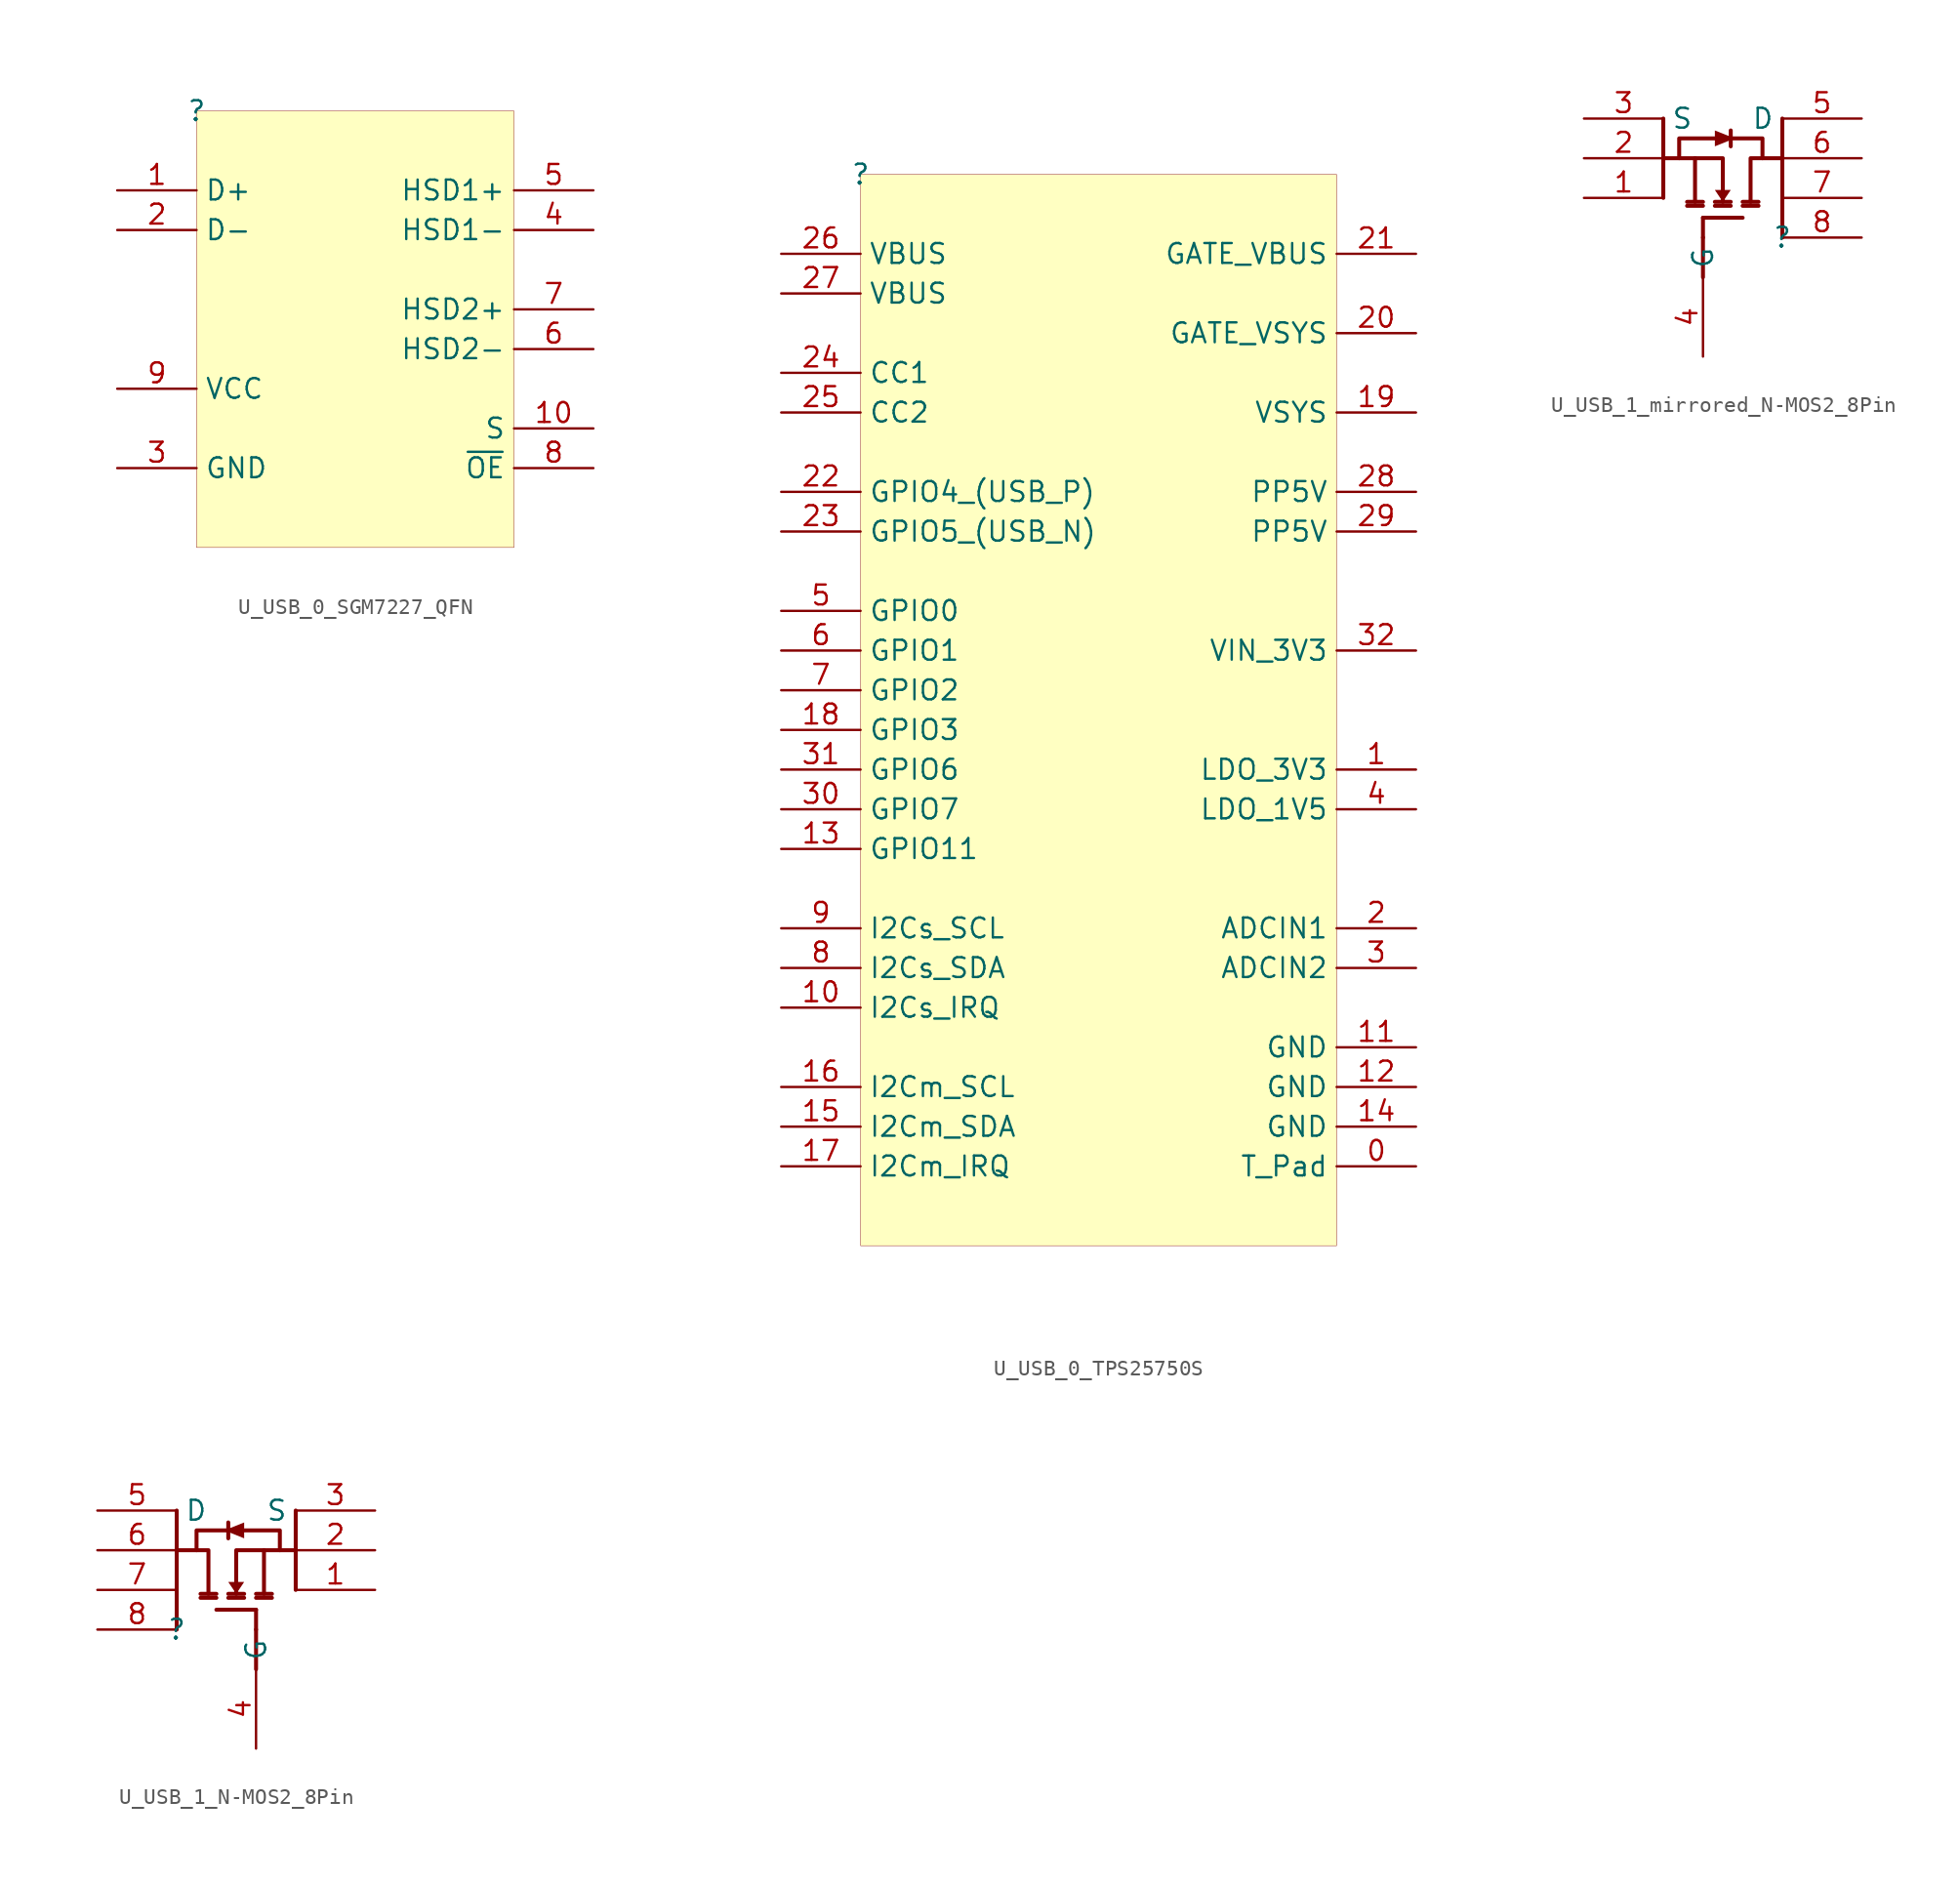
<source format=kicad_sym>
(kicad_symbol_lib
  (version 20231120)
  (generator "kicad_symbol_editor")
  (generator_version "8.0")
  (symbol "U_USB_0_SGM7227_QFN"
    (property "Reference" ""
      (at 0 0 0)
      (effects (font (size 1.27 1.27))))
    (property "Value" ""
      (at 0 0 0)
      (effects (font (size 1.27 1.27))))
    (symbol "U_USB_0_SGM7227_QFN_1_0"
      (rectangle (start 20.32 0) (end 0 -27.94) (stroke (width 0.025) (type solid) (color 128 0 0 1)) (fill (type background)))
      (pin passive line (at -5.08 -5.08 0) (length 5.08) (name "D+" (effects (font (size 1.27 1.27)))) (number "1" (effects (font (size 1.27 1.27)))))
      (pin passive line (at 25.4 -20.32 180) (length 5.08) (name "S" (effects (font (size 1.27 1.27)))) (number "10" (effects (font (size 1.27 1.27)))))
      (pin passive line (at -5.08 -7.62 0) (length 5.08) (name "D-" (effects (font (size 1.27 1.27)))) (number "2" (effects (font (size 1.27 1.27)))))
      (pin passive line (at -5.08 -22.86 0) (length 5.08) (name "GND" (effects (font (size 1.27 1.27)))) (number "3" (effects (font (size 1.27 1.27)))))
      (pin passive line (at 25.4 -7.62 180) (length 5.08) (name "HSD1-" (effects (font (size 1.27 1.27)))) (number "4" (effects (font (size 1.27 1.27)))))
      (pin passive line (at 25.4 -5.08 180) (length 5.08) (name "HSD1+" (effects (font (size 1.27 1.27)))) (number "5" (effects (font (size 1.27 1.27)))))
      (pin passive line (at 25.4 -15.24 180) (length 5.08) (name "HSD2-" (effects (font (size 1.27 1.27)))) (number "6" (effects (font (size 1.27 1.27)))))
      (pin passive line (at 25.4 -12.7 180) (length 5.08) (name "HSD2+" (effects (font (size 1.27 1.27)))) (number "7" (effects (font (size 1.27 1.27)))))
      (pin passive line (at 25.4 -22.86 180) (length 5.08) (name "~{OE}" (effects (font (size 1.27 1.27)))) (number "8" (effects (font (size 1.27 1.27)))))
      (pin passive line (at -5.08 -17.78 0) (length 5.08) (name "VCC" (effects (font (size 1.27 1.27)))) (number "9" (effects (font (size 1.27 1.27)))))))
  (symbol "U_USB_0_TPS25750S"
    (property "Reference" ""
      (at 0 0 0)
      (effects (font (size 1.27 1.27))))
    (property "Value" ""
      (at 0 0 0)
      (effects (font (size 1.27 1.27))))
    (symbol "U_USB_0_TPS25750S_1_0"
      (rectangle (start 30.48 0) (end 0 -68.58) (stroke (width 0.025) (type solid) (color 128 0 0 1)) (fill (type background)))
      (pin passive line (at 35.56 -63.5 180) (length 5.08) (name "T_Pad" (effects (font (size 1.27 1.27)))) (number "0" (effects (font (size 1.27 1.27)))))
      (pin passive line (at 35.56 -38.1 180) (length 5.08) (name "LDO_3V3" (effects (font (size 1.27 1.27)))) (number "1" (effects (font (size 1.27 1.27)))))
      (pin passive line (at -5.08 -53.34 0) (length 5.08) (name "I2Cs_IRQ" (effects (font (size 1.27 1.27)))) (number "10" (effects (font (size 1.27 1.27)))))
      (pin passive line (at 35.56 -55.88 180) (length 5.08) (name "GND" (effects (font (size 1.27 1.27)))) (number "11" (effects (font (size 1.27 1.27)))))
      (pin passive line (at 35.56 -58.42 180) (length 5.08) (name "GND" (effects (font (size 1.27 1.27)))) (number "12" (effects (font (size 1.27 1.27)))))
      (pin passive line (at -5.08 -43.18 0) (length 5.08) (name "GPIO11" (effects (font (size 1.27 1.27)))) (number "13" (effects (font (size 1.27 1.27)))))
      (pin passive line (at 35.56 -60.96 180) (length 5.08) (name "GND" (effects (font (size 1.27 1.27)))) (number "14" (effects (font (size 1.27 1.27)))))
      (pin passive line (at -5.08 -60.96 0) (length 5.08) (name "I2Cm_SDA" (effects (font (size 1.27 1.27)))) (number "15" (effects (font (size 1.27 1.27)))))
      (pin passive line (at -5.08 -58.42 0) (length 5.08) (name "I2Cm_SCL" (effects (font (size 1.27 1.27)))) (number "16" (effects (font (size 1.27 1.27)))))
      (pin passive line (at -5.08 -63.5 0) (length 5.08) (name "I2Cm_IRQ" (effects (font (size 1.27 1.27)))) (number "17" (effects (font (size 1.27 1.27)))))
      (pin passive line (at -5.08 -35.56 0) (length 5.08) (name "GPIO3" (effects (font (size 1.27 1.27)))) (number "18" (effects (font (size 1.27 1.27)))))
      (pin passive line (at 35.56 -15.24 180) (length 5.08) (name "VSYS" (effects (font (size 1.27 1.27)))) (number "19" (effects (font (size 1.27 1.27)))))
      (pin passive line (at 35.56 -48.26 180) (length 5.08) (name "ADCIN1" (effects (font (size 1.27 1.27)))) (number "2" (effects (font (size 1.27 1.27)))))
      (pin passive line (at 35.56 -10.16 180) (length 5.08) (name "GATE_VSYS" (effects (font (size 1.27 1.27)))) (number "20" (effects (font (size 1.27 1.27)))))
      (pin passive line (at 35.56 -5.08 180) (length 5.08) (name "GATE_VBUS" (effects (font (size 1.27 1.27)))) (number "21" (effects (font (size 1.27 1.27)))))
      (pin passive line (at -5.08 -20.32 0) (length 5.08) (name "GPIO4_(USB_P)" (effects (font (size 1.27 1.27)))) (number "22" (effects (font (size 1.27 1.27)))))
      (pin passive line (at -5.08 -22.86 0) (length 5.08) (name "GPIO5_(USB_N)" (effects (font (size 1.27 1.27)))) (number "23" (effects (font (size 1.27 1.27)))))
      (pin passive line (at -5.08 -12.7 0) (length 5.08) (name "CC1" (effects (font (size 1.27 1.27)))) (number "24" (effects (font (size 1.27 1.27)))))
      (pin passive line (at -5.08 -15.24 0) (length 5.08) (name "CC2" (effects (font (size 1.27 1.27)))) (number "25" (effects (font (size 1.27 1.27)))))
      (pin passive line (at -5.08 -5.08 0) (length 5.08) (name "VBUS" (effects (font (size 1.27 1.27)))) (number "26" (effects (font (size 1.27 1.27)))))
      (pin passive line (at -5.08 -7.62 0) (length 5.08) (name "VBUS" (effects (font (size 1.27 1.27)))) (number "27" (effects (font (size 1.27 1.27)))))
      (pin passive line (at 35.56 -20.32 180) (length 5.08) (name "PP5V" (effects (font (size 1.27 1.27)))) (number "28" (effects (font (size 1.27 1.27)))))
      (pin passive line (at 35.56 -22.86 180) (length 5.08) (name "PP5V" (effects (font (size 1.27 1.27)))) (number "29" (effects (font (size 1.27 1.27)))))
      (pin passive line (at 35.56 -50.8 180) (length 5.08) (name "ADCIN2" (effects (font (size 1.27 1.27)))) (number "3" (effects (font (size 1.27 1.27)))))
      (pin passive line (at -5.08 -40.64 0) (length 5.08) (name "GPIO7" (effects (font (size 1.27 1.27)))) (number "30" (effects (font (size 1.27 1.27)))))
      (pin passive line (at -5.08 -38.1 0) (length 5.08) (name "GPIO6" (effects (font (size 1.27 1.27)))) (number "31" (effects (font (size 1.27 1.27)))))
      (pin passive line (at 35.56 -30.48 180) (length 5.08) (name "VIN_3V3" (effects (font (size 1.27 1.27)))) (number "32" (effects (font (size 1.27 1.27)))))
      (pin passive line (at 35.56 -40.64 180) (length 5.08) (name "LDO_1V5" (effects (font (size 1.27 1.27)))) (number "4" (effects (font (size 1.27 1.27)))))
      (pin passive line (at -5.08 -27.94 0) (length 5.08) (name "GPIO0" (effects (font (size 1.27 1.27)))) (number "5" (effects (font (size 1.27 1.27)))))
      (pin passive line (at -5.08 -30.48 0) (length 5.08) (name "GPIO1" (effects (font (size 1.27 1.27)))) (number "6" (effects (font (size 1.27 1.27)))))
      (pin passive line (at -5.08 -33.02 0) (length 5.08) (name "GPIO2" (effects (font (size 1.27 1.27)))) (number "7" (effects (font (size 1.27 1.27)))))
      (pin passive line (at -5.08 -50.8 0) (length 5.08) (name "I2Cs_SDA" (effects (font (size 1.27 1.27)))) (number "8" (effects (font (size 1.27 1.27)))))
      (pin passive line (at -5.08 -48.26 0) (length 5.08) (name "I2Cs_SCL" (effects (font (size 1.27 1.27)))) (number "9" (effects (font (size 1.27 1.27)))))))
  (symbol "U_USB_1_mirrored_N-MOS2_8Pin"
    (property "Reference" ""
      (at 0 0 0)
      (effects (font (size 1.27 1.27))))
    (property "Value" ""
      (at 0 0 0)
      (effects (font (size 1.27 1.27))))
    (symbol "U_USB_1_mirrored_N-MOS2_8Pin_1_0"
      (polyline (pts (xy -7.62 2.54) (xy -7.62 7.62)) (stroke (width 0.254) (type solid)) (fill (type none)))
      (polyline (pts (xy -7.62 5.08) (xy -5.588 5.08)) (stroke (width 0.254) (type solid)) (fill (type none)))
      (polyline (pts (xy -5.588 5.08) (xy -5.588 2.286)) (stroke (width 0.254) (type solid)) (fill (type none)))
      (polyline (pts (xy -5.08 -2.54) (xy -5.08 0)) (stroke (width 0.254) (type solid)) (fill (type none)))
      (polyline (pts (xy -5.08 0) (xy -5.08 1.27)) (stroke (width 0.254) (type solid)) (fill (type none)))
      (polyline (pts (xy -5.08 1.27) (xy -2.54 1.27)) (stroke (width 0.254) (type solid)) (fill (type none)))
      (polyline (pts (xy -5.08 2.032) (xy -6.096 2.032)) (stroke (width 0.254) (type solid)) (fill (type none)))
      (polyline (pts (xy -5.08 2.286) (xy -6.096 2.286)) (stroke (width 0.254) (type solid)) (fill (type none)))
      (polyline (pts (xy -3.302 2.032) (xy -4.318 2.032)) (stroke (width 0.254) (type solid)) (fill (type none)))
      (polyline (pts (xy -3.302 2.286) (xy -4.318 2.286)) (stroke (width 0.254) (type solid)) (fill (type none)))
      (polyline (pts (xy -3.302 6.858) (xy -3.302 5.842)) (stroke (width 0.254) (type solid)) (fill (type none)))
      (polyline (pts (xy -2.54 2.032) (xy -1.524 2.032)) (stroke (width 0.254) (type solid)) (fill (type none)))
      (polyline (pts (xy -1.524 2.286) (xy -2.54 2.286)) (stroke (width 0.254) (type solid)) (fill (type none)))
      (polyline (pts (xy 0 0) (xy 0 7.62)) (stroke (width 0.254) (type solid)) (fill (type none)))
      (polyline (pts (xy -5.588 5.08) (xy -3.81 5.08) (xy -3.81 2.286)) (stroke (width 0.254) (type solid)) (fill (type none)))
      (polyline (pts (xy 0 5.08) (xy -2.032 5.08) (xy -2.032 2.286)) (stroke (width 0.254) (type solid)) (fill (type none)))
      (polyline (pts (xy -4.318 3.048) (xy -3.302 3.048) (xy -3.81 2.286) (xy -4.318 3.048)) (stroke (width -0.0001) (type solid)) (fill (type outline)))
      (polyline (pts (xy -4.318 5.842) (xy -4.318 6.858) (xy -3.048 6.35) (xy -4.318 5.842)) (stroke (width -0.0001) (type solid)) (fill (type outline)))
      (polyline (pts (xy -1.27 5.08) (xy -1.27 6.35) (xy -6.604 6.35) (xy -6.604 5.08)) (stroke (width 0.254) (type solid)) (fill (type none)))
      (pin passive line (at -12.7 2.54 0) (length 5.08) (name "S" (effects (font (size 0 0)))) (number "1" (effects (font (size 1.27 1.27)))))
      (pin passive line (at -12.7 5.08 0) (length 5.08) (name "S" (effects (font (size 0 0)))) (number "2" (effects (font (size 1.27 1.27)))))
      (pin passive line (at -12.7 7.62 0) (length 5.08) (name "S" (effects (font (size 1.27 1.27)))) (number "3" (effects (font (size 1.27 1.27)))))
      (pin passive line (at -5.08 -7.62 90) (length 5.08) (name "G" (effects (font (size 1.27 1.27)))) (number "4" (effects (font (size 1.27 1.27)))))
      (pin passive line (at 5.08 7.62 180) (length 5.08) (name "D" (effects (font (size 1.27 1.27)))) (number "5" (effects (font (size 1.27 1.27)))))
      (pin passive line (at 5.08 5.08 180) (length 5.08) (name "D" (effects (font (size 0 0)))) (number "6" (effects (font (size 1.27 1.27)))))
      (pin passive line (at 5.08 2.54 180) (length 5.08) (name "D" (effects (font (size 0 0)))) (number "7" (effects (font (size 1.27 1.27)))))
      (pin passive line (at 5.08 0 180) (length 5.08) (name "D" (effects (font (size 0 0)))) (number "8" (effects (font (size 1.27 1.27)))))))
  (symbol "U_USB_1_N-MOS2_8Pin"
    (property "Reference" ""
      (at 0 0 0)
      (effects (font (size 1.27 1.27))))
    (property "Value" ""
      (at 0 0 0)
      (effects (font (size 1.27 1.27))))
    (symbol "U_USB_1_N-MOS2_8Pin_1_0"
      (polyline (pts (xy 0 0) (xy 0 7.62)) (stroke (width 0.254) (type solid)) (fill (type none)))
      (polyline (pts (xy 1.524 2.286) (xy 2.54 2.286)) (stroke (width 0.254) (type solid)) (fill (type none)))
      (polyline (pts (xy 2.54 2.032) (xy 1.524 2.032)) (stroke (width 0.254) (type solid)) (fill (type none)))
      (polyline (pts (xy 3.302 2.032) (xy 4.318 2.032)) (stroke (width 0.254) (type solid)) (fill (type none)))
      (polyline (pts (xy 3.302 2.286) (xy 4.318 2.286)) (stroke (width 0.254) (type solid)) (fill (type none)))
      (polyline (pts (xy 3.302 6.858) (xy 3.302 5.842)) (stroke (width 0.254) (type solid)) (fill (type none)))
      (polyline (pts (xy 5.08 -2.54) (xy 5.08 0)) (stroke (width 0.254) (type solid)) (fill (type none)))
      (polyline (pts (xy 5.08 0) (xy 5.08 1.27)) (stroke (width 0.254) (type solid)) (fill (type none)))
      (polyline (pts (xy 5.08 1.27) (xy 2.54 1.27)) (stroke (width 0.254) (type solid)) (fill (type none)))
      (polyline (pts (xy 5.08 2.032) (xy 6.096 2.032)) (stroke (width 0.254) (type solid)) (fill (type none)))
      (polyline (pts (xy 5.08 2.286) (xy 6.096 2.286)) (stroke (width 0.254) (type solid)) (fill (type none)))
      (polyline (pts (xy 5.588 5.08) (xy 5.588 2.286)) (stroke (width 0.254) (type solid)) (fill (type none)))
      (polyline (pts (xy 7.62 2.54) (xy 7.62 7.62)) (stroke (width 0.254) (type solid)) (fill (type none)))
      (polyline (pts (xy 7.62 5.08) (xy 5.588 5.08)) (stroke (width 0.254) (type solid)) (fill (type none)))
      (polyline (pts (xy 0 5.08) (xy 2.032 5.08) (xy 2.032 2.286)) (stroke (width 0.254) (type solid)) (fill (type none)))
      (polyline (pts (xy 5.588 5.08) (xy 3.81 5.08) (xy 3.81 2.286)) (stroke (width 0.254) (type solid)) (fill (type none)))
      (polyline (pts (xy 1.27 5.08) (xy 1.27 6.35) (xy 6.604 6.35) (xy 6.604 5.08)) (stroke (width 0.254) (type solid)) (fill (type none)))
      (polyline (pts (xy 4.318 3.048) (xy 3.302 3.048) (xy 3.81 2.286) (xy 4.318 3.048)) (stroke (width -0.0001) (type solid)) (fill (type outline)))
      (polyline (pts (xy 4.318 5.842) (xy 4.318 6.858) (xy 3.048 6.35) (xy 4.318 5.842)) (stroke (width -0.0001) (type solid)) (fill (type outline)))
      (pin passive line (at 12.7 2.54 180) (length 5.08) (name "S" (effects (font (size 0 0)))) (number "1" (effects (font (size 1.27 1.27)))))
      (pin passive line (at 12.7 5.08 180) (length 5.08) (name "S" (effects (font (size 0 0)))) (number "2" (effects (font (size 1.27 1.27)))))
      (pin passive line (at 12.7 7.62 180) (length 5.08) (name "S" (effects (font (size 1.27 1.27)))) (number "3" (effects (font (size 1.27 1.27)))))
      (pin passive line (at 5.08 -7.62 90) (length 5.08) (name "G" (effects (font (size 1.27 1.27)))) (number "4" (effects (font (size 1.27 1.27)))))
      (pin passive line (at -5.08 7.62 0) (length 5.08) (name "D" (effects (font (size 1.27 1.27)))) (number "5" (effects (font (size 1.27 1.27)))))
      (pin passive line (at -5.08 5.08 0) (length 5.08) (name "D" (effects (font (size 0 0)))) (number "6" (effects (font (size 1.27 1.27)))))
      (pin passive line (at -5.08 2.54 0) (length 5.08) (name "D" (effects (font (size 0 0)))) (number "7" (effects (font (size 1.27 1.27)))))
      (pin passive line (at -5.08 0 0) (length 5.08) (name "D" (effects (font (size 0 0)))) (number "8" (effects (font (size 1.27 1.27))))))))
</source>
